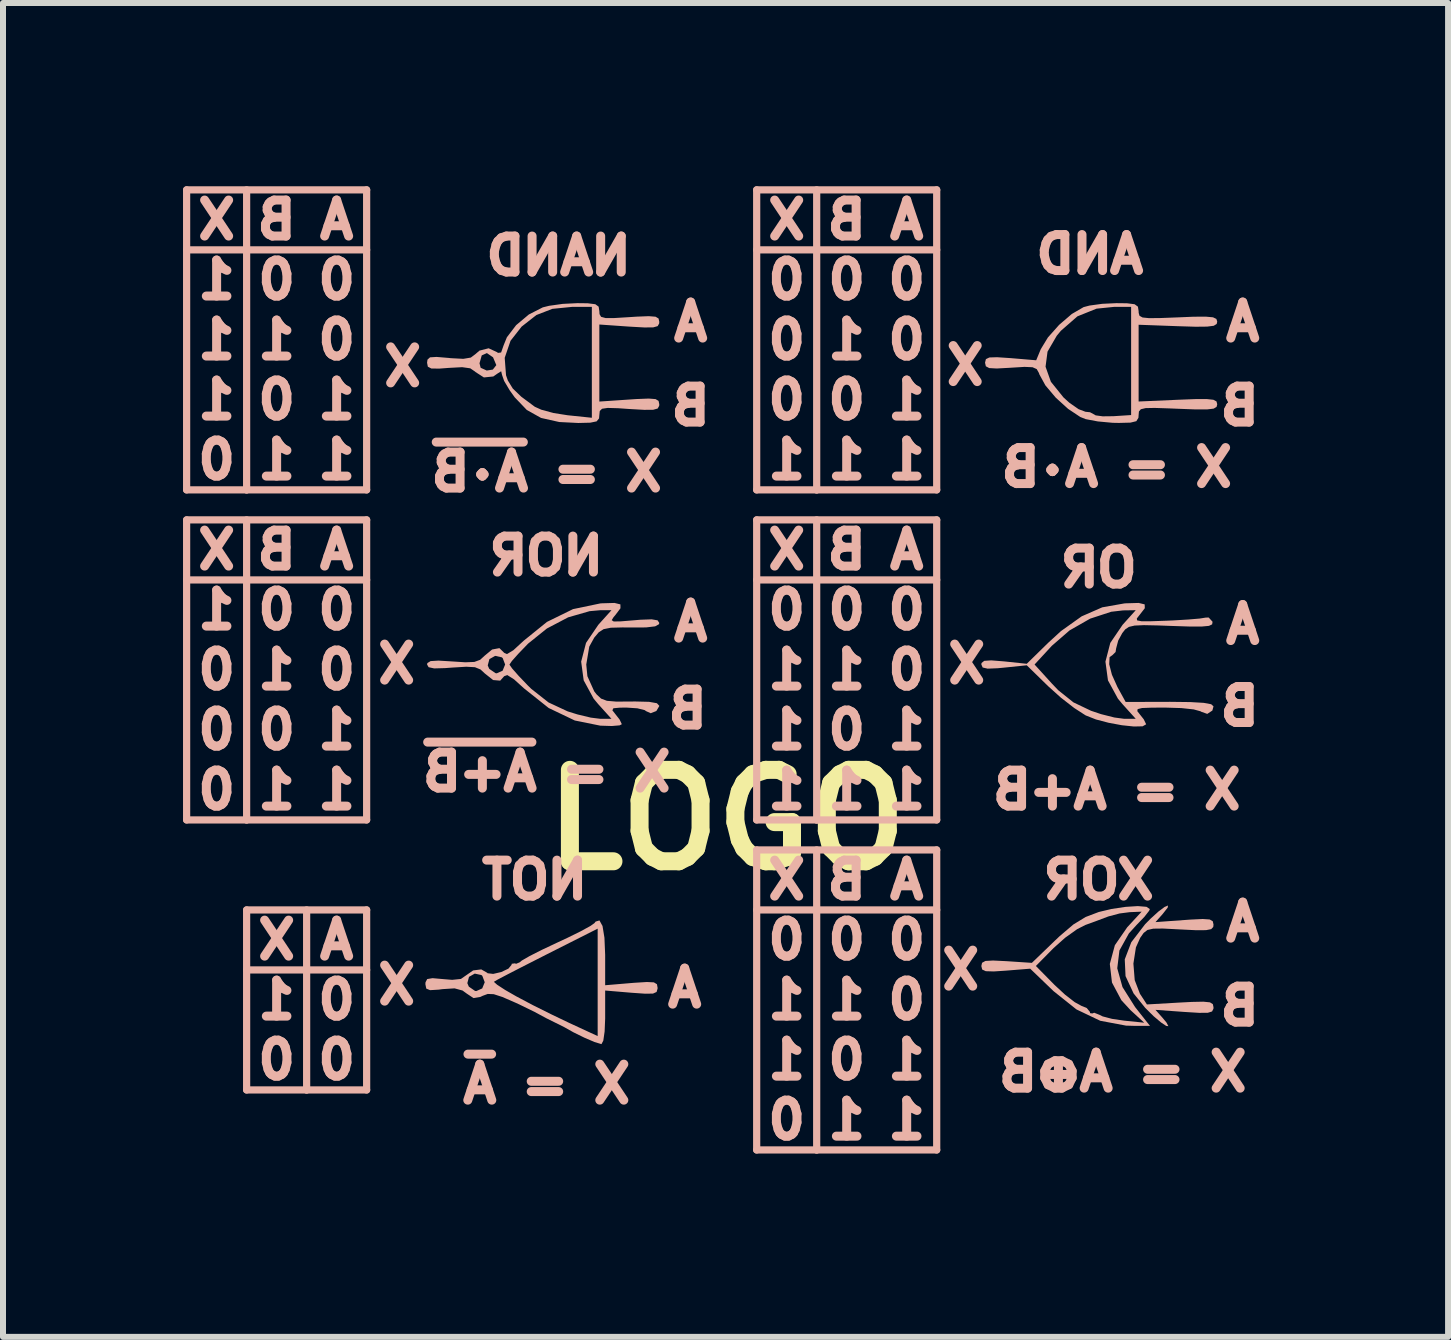
<source format=kicad_pcb>
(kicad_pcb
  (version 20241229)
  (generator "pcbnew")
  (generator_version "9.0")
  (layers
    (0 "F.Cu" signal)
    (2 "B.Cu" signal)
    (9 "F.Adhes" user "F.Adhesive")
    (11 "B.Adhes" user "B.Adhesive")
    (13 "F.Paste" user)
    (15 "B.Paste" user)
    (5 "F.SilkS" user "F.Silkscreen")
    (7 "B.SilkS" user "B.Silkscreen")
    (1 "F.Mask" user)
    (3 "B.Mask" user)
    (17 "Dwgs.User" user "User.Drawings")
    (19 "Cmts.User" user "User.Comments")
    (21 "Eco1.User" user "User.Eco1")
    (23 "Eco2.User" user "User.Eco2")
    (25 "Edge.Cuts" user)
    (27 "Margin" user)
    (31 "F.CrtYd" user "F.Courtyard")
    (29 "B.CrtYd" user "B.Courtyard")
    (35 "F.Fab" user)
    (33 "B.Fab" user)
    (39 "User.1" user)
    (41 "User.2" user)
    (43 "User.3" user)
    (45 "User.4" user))
  (footprint "LOGO"
    (layer "F.Cu")
    (at 9.06 10.614)
    (property "Reference" "LOGO" (at 0 0 0) (layer "F.SilkS") (effects (font (size 1.524 1.524) (thickness 0.3))))
    (attr board_only exclude_from_pos_files exclude_from_bom)
    (fp_line (start -9 -10.5) (end -6 -10.5) (stroke (width 0.12) (type solid)) (layer "B.SilkS"))
    (fp_line (start -9 -5.5) (end -9 -10.5) (stroke (width 0.12) (type solid)) (layer "B.SilkS"))
    (fp_line (start -9 -5) (end -6 -5) (stroke (width 0.12) (type solid)) (layer "B.SilkS"))
    (fp_line (start -9 0) (end -9 -5) (stroke (width 0.12) (type solid)) (layer "B.SilkS"))
    (fp_line (start -8 -5.5) (end -9 -5.5) (stroke (width 0.12) (type solid)) (layer "B.SilkS"))
    (fp_line (start -8 -5.5) (end -8 -10.5) (stroke (width 0.12) (type solid)) (layer "B.SilkS"))
    (fp_line (start -8 0) (end -9 0) (stroke (width 0.12) (type solid)) (layer "B.SilkS"))
    (fp_line (start -8 0) (end -8 -5) (stroke (width 0.12) (type solid)) (layer "B.SilkS"))
    (fp_line (start -8 4.5) (end -8 1.5) (stroke (width 0.12) (type solid)) (layer "B.SilkS"))
    (fp_line (start -7 4.5) (end -8 4.5) (stroke (width 0.12) (type solid)) (layer "B.SilkS"))
    (fp_line (start -7 4.5) (end -7 1.5) (stroke (width 0.12) (type solid)) (layer "B.SilkS"))
    (fp_line (start -6 -10.5) (end -6 -5.5) (stroke (width 0.12) (type solid)) (layer "B.SilkS"))
    (fp_line (start -6 -9.5) (end -9 -9.5) (stroke (width 0.12) (type solid)) (layer "B.SilkS"))
    (fp_line (start -6 -5.5) (end -8 -5.5) (stroke (width 0.12) (type solid)) (layer "B.SilkS"))
    (fp_line (start -6 -5) (end -6 0) (stroke (width 0.12) (type solid)) (layer "B.SilkS"))
    (fp_line (start -6 -4) (end -9 -4) (stroke (width 0.12) (type solid)) (layer "B.SilkS"))
    (fp_line (start -6 0) (end -8 0) (stroke (width 0.12) (type solid)) (layer "B.SilkS"))
    (fp_line (start -6 1.5) (end -8 1.5) (stroke (width 0.12) (type solid)) (layer "B.SilkS"))
    (fp_line (start -6 2.5) (end -8 2.5) (stroke (width 0.12) (type solid)) (layer "B.SilkS"))
    (fp_line (start -6 4.5) (end -7 4.5) (stroke (width 0.12) (type solid)) (layer "B.SilkS"))
    (fp_line (start -6 4.5) (end -6 1.5) (stroke (width 0.12) (type solid)) (layer "B.SilkS"))
    (fp_line (start 0.5 -10.5) (end 3.5 -10.5) (stroke (width 0.12) (type solid)) (layer "B.SilkS"))
    (fp_line (start 0.5 -5.5) (end 0.5 -10.5) (stroke (width 0.12) (type solid)) (layer "B.SilkS"))
    (fp_line (start 0.5 -5) (end 3.5 -5) (stroke (width 0.12) (type solid)) (layer "B.SilkS"))
    (fp_line (start 0.5 0) (end 0.5 -5) (stroke (width 0.12) (type solid)) (layer "B.SilkS"))
    (fp_line (start 0.5 0.5) (end 3.5 0.5) (stroke (width 0.12) (type solid)) (layer "B.SilkS"))
    (fp_line (start 0.5 5.5) (end 0.5 0.5) (stroke (width 0.12) (type solid)) (layer "B.SilkS"))
    (fp_line (start 1.5 -5.5) (end 0.5 -5.5) (stroke (width 0.12) (type solid)) (layer "B.SilkS"))
    (fp_line (start 1.5 -5.5) (end 1.5 -10.5) (stroke (width 0.12) (type solid)) (layer "B.SilkS"))
    (fp_line (start 1.5 0) (end 0.5 0) (stroke (width 0.12) (type solid)) (layer "B.SilkS"))
    (fp_line (start 1.5 0) (end 1.5 -5) (stroke (width 0.12) (type solid)) (layer "B.SilkS"))
    (fp_line (start 1.5 5.5) (end 0.5 5.5) (stroke (width 0.12) (type solid)) (layer "B.SilkS"))
    (fp_line (start 1.5 5.5) (end 1.5 0.5) (stroke (width 0.12) (type solid)) (layer "B.SilkS"))
    (fp_line (start 3.5 -10.5) (end 3.5 -5.5) (stroke (width 0.12) (type solid)) (layer "B.SilkS"))
    (fp_line (start 3.5 -9.5) (end 0.5 -9.5) (stroke (width 0.12) (type solid)) (layer "B.SilkS"))
    (fp_line (start 3.5 -5.5) (end 1.5 -5.5) (stroke (width 0.12) (type solid)) (layer "B.SilkS"))
    (fp_line (start 3.5 -5) (end 3.5 0) (stroke (width 0.12) (type solid)) (layer "B.SilkS"))
    (fp_line (start 3.5 -4) (end 0.5 -4) (stroke (width 0.12) (type solid)) (layer "B.SilkS"))
    (fp_line (start 3.5 0) (end 1.5 0) (stroke (width 0.12) (type solid)) (layer "B.SilkS"))
    (fp_line (start 3.5 0.5) (end 3.5 5.5) (stroke (width 0.12) (type solid)) (layer "B.SilkS"))
    (fp_line (start 3.5 1.5) (end 0.5 1.5) (stroke (width 0.12) (type solid)) (layer "B.SilkS"))
    (fp_line (start 3.5 5.5) (end 1.5 5.5) (stroke (width 0.12) (type solid)) (layer "B.SilkS"))
    (fp_poly (pts (xy 7.298 1.45) (xy 7.196 1.526) (xy 7.065 1.645) (xy 6.974 1.737) (xy 6.743 2.038) (xy 6.634 2.323) (xy 6.647 2.603) (xy 6.781 2.891) (xy 6.974 3.131) (xy 7.115 3.271) (xy 7.238 3.375) (xy 7.325 3.433) (xy 7.361 3.437) (xy 7.328 3.375) (xy 7.265 3.299) (xy 7.146 3.165) (xy 7.629 3.2) (xy 7.873 3.215) (xy 8.018 3.214) (xy 8.089 3.192) (xy 8.112 3.146) (xy 8.113 3.123) (xy 8.102 3.07) (xy 8.054 3.04) (xy 7.944 3.029) (xy 7.75 3.033) (xy 7.558 3.043) (xy 7.003 3.075) (xy 6.887 2.897) (xy 6.8 2.67) (xy 6.778 2.394) (xy 6.82 2.124) (xy 6.892 1.964) (xy 6.949 1.883) (xy 7.012 1.834) (xy 7.109 1.812) (xy 7.268 1.81) (xy 7.52 1.823) (xy 7.558 1.825) (xy 7.823 1.838) (xy 7.988 1.837) (xy 8.075 1.82) (xy 8.109 1.783) (xy 8.113 1.744) (xy 8.101 1.689) (xy 8.05 1.659) (xy 7.933 1.651) (xy 7.726 1.661) (xy 7.629 1.668) (xy 7.146 1.703) (xy 7.265 1.569) (xy 7.349 1.462) (xy 7.355 1.426)) (stroke (width 0) (type solid)) (fill yes) (layer "B.SilkS"))
    (fp_poly (pts (xy 6.646 1.449) (xy 6.413 1.484) (xy 6.202 1.534) (xy 5.983 1.617) (xy 5.778 1.742) (xy 5.55 1.936) (xy 5.474 2.008) (xy 5.086 2.382) (xy 4.665 2.354) (xy 4.44 2.343) (xy 4.312 2.35) (xy 4.256 2.381) (xy 4.244 2.435) (xy 4.258 2.493) (xy 4.318 2.521) (xy 4.452 2.525) (xy 4.651 2.512) (xy 5.058 2.479) (xy 5.448 2.854) (xy 5.829 3.158) (xy 6.225 3.347) (xy 6.656 3.428) (xy 6.798 3.432) (xy 7.055 3.432) (xy 7.012 3.379) (xy 6.958 3.379) (xy 6.624 3.345) (xy 6.421 3.315) (xy 6.265 3.274) (xy 6.213 3.248) (xy 6.124 3.213) (xy 6.095 3.225) (xy 6.056 3.22) (xy 6.054 3.2) (xy 6.001 3.135) (xy 5.913 3.099) (xy 5.8 3.037) (xy 5.638 2.911) (xy 5.463 2.749) (xy 5.153 2.434) (xy 5.449 2.134) (xy 5.641 1.963) (xy 5.84 1.821) (xy 5.977 1.751) (xy 6.174 1.679) (xy 6.349 1.613) (xy 6.366 1.607) (xy 6.547 1.559) (xy 6.718 1.537) (xy 6.915 1.529) (xy 6.675 1.789) (xy 6.469 2.088) (xy 6.385 2.4) (xy 6.421 2.71) (xy 6.578 3.005) (xy 6.731 3.171) (xy 6.958 3.379) (xy 7.012 3.379) (xy 6.806 3.118) (xy 6.596 2.785) (xy 6.509 2.473) (xy 6.545 2.176) (xy 6.703 1.891) (xy 6.835 1.746) (xy 6.962 1.614) (xy 7.04 1.514) (xy 7.052 1.486) (xy 6.996 1.448) (xy 6.851 1.436)) (stroke (width 0) (type solid)) (fill yes) (layer "B.SilkS"))
    (fp_poly (pts (xy 6.259 -8.601) (xy 6.047 -8.572) (xy 5.948 -8.546) (xy 5.752 -8.432) (xy 5.54 -8.25) (xy 5.353 -8.04) (xy 5.235 -7.846) (xy 5.158 -7.66) (xy 4.732 -7.696) (xy 4.506 -7.711) (xy 4.378 -7.707) (xy 4.32 -7.679) (xy 4.306 -7.622) (xy 4.306 -7.618) (xy 4.319 -7.56) (xy 4.375 -7.53) (xy 4.5 -7.523) (xy 4.722 -7.535) (xy 4.736 -7.536) (xy 4.964 -7.55) (xy 5.097 -7.544) (xy 5.167 -7.513) (xy 5.203 -7.449) (xy 5.211 -7.425) (xy 5.311 -7.242) (xy 5.484 -7.037) (xy 5.69 -6.85) (xy 5.893 -6.715) (xy 5.983 -6.679) (xy 6.185 -6.641) (xy 6.432 -6.618) (xy 6.537 -6.616) (xy 6.729 -6.621) (xy 6.827 -6.645) (xy 6.862 -6.702) (xy 6.865 -6.748) (xy 6.87 -6.807) (xy 6.902 -6.844) (xy 6.982 -6.863) (xy 7.132 -6.866) (xy 7.375 -6.858) (xy 7.52 -6.852) (xy 7.814 -6.841) (xy 8.005 -6.841) (xy 8.115 -6.854) (xy 8.164 -6.883) (xy 8.175 -6.927) (xy 8.163 -6.974) (xy 8.111 -7.002) (xy 7.998 -7.014) (xy 7.803 -7.013) (xy 7.52 -7.002) (xy 6.865 -6.973) (xy 6.865 -8.252) (xy 7.52 -8.228) (xy 7.815 -8.219) (xy 8.007 -8.221) (xy 8.117 -8.235) (xy 8.166 -8.265) (xy 8.175 -8.304) (xy 8.161 -8.349) (xy 8.105 -8.376) (xy 7.986 -8.387) (xy 7.781 -8.386) (xy 7.52 -8.375) (xy 7.229 -8.364) (xy 7.04 -8.362) (xy 6.931 -8.373) (xy 6.88 -8.401) (xy 6.866 -8.45) (xy 6.865 -8.479) (xy 6.854 -8.55) (xy 6.74 -8.55) (xy 6.74 -6.747) (xy 6.444 -6.728) (xy 6.266 -6.726) (xy 6.149 -6.742) (xy 6.126 -6.756) (xy 6.055 -6.794) (xy 5.979 -6.802) (xy 5.865 -6.845) (xy 5.71 -6.953) (xy 5.613 -7.041) (xy 5.403 -7.302) (xy 5.314 -7.553) (xy 5.347 -7.804) (xy 5.501 -8.069) (xy 5.57 -8.152) (xy 5.845 -8.392) (xy 6.163 -8.52) (xy 6.457 -8.55) (xy 6.74 -8.55) (xy 6.854 -8.55) (xy 6.853 -8.554) (xy 6.798 -8.594) (xy 6.671 -8.61) (xy 6.494 -8.612)) (stroke (width 0) (type solid)) (fill yes) (layer "B.SilkS"))
    (fp_poly (pts (xy -2.184 1.694) (xy -2.204 1.72) (xy -2.274 1.769) (xy -2.433 1.856) (xy -2.654 1.965) (xy -2.836 2.05) (xy -3.084 2.167) (xy -3.285 2.269) (xy -3.415 2.344) (xy -3.45 2.373) (xy -3.51 2.398) (xy -3.528 2.39) (xy -3.582 2.397) (xy -3.585 2.415) (xy -3.637 2.478) (xy -3.757 2.535) (xy -3.891 2.566) (xy -3.984 2.555) (xy -3.993 2.546) (xy -4.09 2.491) (xy -4.225 2.508) (xy -4.34 2.588) (xy -4.429 2.65) (xy -4.575 2.665) (xy -4.722 2.653) (xy -4.902 2.637) (xy -4.991 2.652) (xy -5.019 2.706) (xy -5.021 2.738) (xy -5.006 2.811) (xy -4.943 2.837) (xy -4.797 2.828) (xy -4.739 2.82) (xy -4.535 2.807) (xy -4.402 2.843) (xy -4.332 2.894) (xy -4.219 2.969) (xy -4.106 2.95) (xy -4.066 2.931) (xy -3.982 2.9) (xy -3.882 2.904) (xy -3.737 2.951) (xy -3.519 3.046) (xy -3.427 3.089) (xy -3.198 3.201) (xy -3.013 3.301) (xy -2.707 3.453) (xy -2.554 3.539) (xy -2.371 3.629) (xy -2.203 3.701) (xy -2.093 3.735) (xy -2.086 3.735) (xy -2.056 3.678) (xy -2.045 3.602) (xy -2.15 3.602) (xy -2.626 3.382) (xy -2.918 3.242) (xy -3.231 3.086) (xy -3.497 2.945) (xy -3.503 2.942) (xy -3.693 2.833) (xy -3.826 2.746) (xy -3.872 2.705) (xy -4.032 2.705) (xy -4.074 2.808) (xy -4.172 2.852) (xy -4.193 2.85) (xy -4.297 2.778) (xy -4.322 2.72) (xy -4.294 2.615) (xy -4.198 2.561) (xy -4.088 2.585) (xy -4.072 2.599) (xy -4.032 2.705) (xy -3.872 2.705) (xy -3.879 2.699) (xy -3.878 2.697) (xy -3.817 2.661) (xy -3.663 2.58) (xy -3.438 2.464) (xy -3.161 2.323) (xy -3.002 2.242) (xy -2.15 1.812) (xy -2.15 3.602) (xy -2.045 3.602) (xy -2.034 3.526) (xy -2.025 3.31) (xy -2.025 3.289) (xy -2.025 2.843) (xy -1.588 2.88) (xy -1.359 2.896) (xy -1.228 2.894) (xy -1.168 2.867) (xy -1.152 2.812) (xy -1.151 2.799) (xy -1.162 2.738) (xy -1.213 2.707) (xy -1.329 2.701) (xy -1.538 2.714) (xy -1.588 2.718) (xy -2.025 2.755) (xy -2.025 2.25) (xy -2.037 1.963) (xy -2.069 1.768) (xy -2.12 1.675)) (stroke (width 0) (type solid)) (fill yes) (layer "B.SilkS"))
    (fp_poly (pts (xy 6.656 -3.61) (xy 6.627 -3.608) (xy 6.259 -3.543) (xy 5.916 -3.393) (xy 5.571 -3.147) (xy 5.356 -2.95) (xy 5.001 -2.602) (xy 4.623 -2.642) (xy 4.409 -2.659) (xy 4.292 -2.651) (xy 4.247 -2.615) (xy 4.244 -2.59) (xy 4.266 -2.54) (xy 4.349 -2.521) (xy 4.518 -2.528) (xy 4.623 -2.538) (xy 5.001 -2.577) (xy 5.356 -2.23) (xy 5.568 -2.039) (xy 5.792 -1.865) (xy 5.979 -1.744) (xy 5.987 -1.74) (xy 6.155 -1.674) (xy 6.365 -1.619) (xy 6.586 -1.578) (xy 6.785 -1.557) (xy 6.931 -1.56) (xy 6.99 -1.593) (xy 6.99 -1.595) (xy 6.952 -1.674) (xy 6.944 -1.685) (xy 6.817 -1.685) (xy 6.625 -1.685) (xy 6.461 -1.707) (xy 6.239 -1.763) (xy 6.072 -1.819) (xy 5.779 -1.959) (xy 5.525 -2.162) (xy 5.421 -2.271) (xy 5.131 -2.59) (xy 5.419 -2.902) (xy 5.714 -3.158) (xy 6.057 -3.354) (xy 6.408 -3.469) (xy 6.607 -3.492) (xy 6.817 -3.495) (xy 6.598 -3.252) (xy 6.393 -2.95) (xy 6.312 -2.638) (xy 6.354 -2.326) (xy 6.52 -2.021) (xy 6.595 -1.931) (xy 6.817 -1.685) (xy 6.944 -1.685) (xy 6.886 -1.758) (xy 6.843 -1.813) (xy 6.849 -1.847) (xy 6.923 -1.865) (xy 7.086 -1.871) (xy 7.311 -1.872) (xy 7.576 -1.864) (xy 7.782 -1.842) (xy 7.898 -1.81) (xy 7.908 -1.803) (xy 8.009 -1.767) (xy 8.094 -1.823) (xy 8.113 -1.893) (xy 8.074 -1.928) (xy 7.95 -1.951) (xy 7.727 -1.964) (xy 7.393 -1.968) (xy 7.381 -1.968) (xy 6.649 -1.966) (xy 6.512 -2.215) (xy 6.42 -2.42) (xy 6.375 -2.595) (xy 6.381 -2.713) (xy 6.428 -2.746) (xy 6.481 -2.798) (xy 6.49 -2.857) (xy 6.525 -2.989) (xy 6.593 -3.114) (xy 6.643 -3.177) (xy 6.703 -3.217) (xy 6.798 -3.239) (xy 6.953 -3.246) (xy 7.191 -3.241) (xy 7.406 -3.233) (xy 7.715 -3.223) (xy 7.919 -3.223) (xy 8.037 -3.234) (xy 8.09 -3.259) (xy 8.097 -3.3) (xy 8.096 -3.304) (xy 8.033 -3.373) (xy 7.984 -3.372) (xy 7.884 -3.356) (xy 7.694 -3.34) (xy 7.447 -3.325) (xy 7.335 -3.32) (xy 7.071 -3.311) (xy 6.912 -3.311) (xy 6.84 -3.325) (xy 6.835 -3.357) (xy 6.877 -3.411) (xy 6.882 -3.417) (xy 6.968 -3.528) (xy 6.966 -3.592) (xy 6.866 -3.616)) (stroke (width 0) (type solid)) (fill yes) (layer "B.SilkS"))
    (fp_poly (pts (xy -2.731 -8.6) (xy -2.959 -8.568) (xy -3.064 -8.542) (xy -3.297 -8.423) (xy -3.509 -8.245) (xy -3.663 -8.043) (xy -3.717 -7.91) (xy -3.759 -7.79) (xy -3.812 -7.783) (xy -3.826 -7.795) (xy -3.967 -7.86) (xy -4.12 -7.821) (xy -4.188 -7.762) (xy -4.264 -7.705) (xy -4.389 -7.684) (xy -4.597 -7.695) (xy -4.632 -7.699) (xy -4.835 -7.716) (xy -4.944 -7.709) (xy -4.986 -7.671) (xy -4.993 -7.619) (xy -4.98 -7.553) (xy -4.922 -7.523) (xy -4.791 -7.521) (xy -4.632 -7.533) (xy -4.408 -7.545) (xy -4.273 -7.526) (xy -4.191 -7.47) (xy -4.187 -7.465) (xy -4.046 -7.374) (xy -3.889 -7.39) (xy -3.819 -7.439) (xy -3.758 -7.477) (xy -3.744 -7.417) (xy -3.709 -7.316) (xy -3.616 -7.159) (xy -3.532 -7.042) (xy -3.331 -6.832) (xy -3.093 -6.699) (xy -2.79 -6.631) (xy -2.473 -6.615) (xy -2.273 -6.62) (xy -2.167 -6.642) (xy -2.127 -6.691) (xy -2.122 -6.749) (xy -2.115 -6.815) (xy -2.077 -6.852) (xy -1.984 -6.866) (xy -1.809 -6.861) (xy -1.623 -6.848) (xy -1.374 -6.834) (xy -1.225 -6.835) (xy -1.15 -6.856) (xy -1.125 -6.9) (xy -1.123 -6.927) (xy -1.135 -6.983) (xy -1.185 -7.013) (xy -1.299 -7.022) (xy -1.502 -7.014) (xy -1.623 -7.006) (xy -2.122 -6.972) (xy -2.122 -8.256) (xy -1.623 -8.221) (xy -1.374 -8.207) (xy -1.225 -8.208) (xy -1.15 -8.229) (xy -1.125 -8.273) (xy -1.123 -8.3) (xy -1.135 -8.356) (xy -1.185 -8.386) (xy -1.299 -8.395) (xy -1.502 -8.387) (xy -1.623 -8.379) (xy -1.87 -8.364) (xy -2.019 -8.364) (xy -2.093 -8.384) (xy -2.119 -8.429) (xy -2.122 -8.479) (xy -2.133 -8.55) (xy -2.247 -8.55) (xy -2.247 -6.702) (xy -2.651 -6.744) (xy -2.886 -6.781) (xy -3.088 -6.836) (xy -3.197 -6.885) (xy -3.423 -7.053) (xy -3.565 -7.19) (xy -3.647 -7.324) (xy -3.677 -7.41) (xy -3.69 -7.579) (xy -3.839 -7.579) (xy -3.897 -7.505) (xy -3.998 -7.489) (xy -4.1 -7.535) (xy -4.119 -7.61) (xy -4.082 -7.741) (xy -3.996 -7.78) (xy -3.896 -7.711) (xy -3.893 -7.708) (xy -3.839 -7.579) (xy -3.69 -7.579) (xy -3.699 -7.701) (xy -3.602 -7.985) (xy -3.417 -8.221) (xy -3.171 -8.414) (xy -2.905 -8.517) (xy -2.574 -8.55) (xy -2.555 -8.55) (xy -2.247 -8.55) (xy -2.133 -8.55) (xy -2.134 -8.554) (xy -2.189 -8.594) (xy -2.316 -8.61) (xy -2.487 -8.612)) (stroke (width 0) (type solid)) (fill yes) (layer "B.SilkS"))
    (fp_poly (pts (xy -2.078 -3.61) (xy -2.106 -3.608) (xy -2.561 -3.513) (xy -2.995 -3.3) (xy -3.382 -2.987) (xy -3.555 -2.828) (xy -3.661 -2.764) (xy -3.707 -2.784) (xy -3.787 -2.863) (xy -3.909 -2.84) (xy -4.031 -2.739) (xy -4.109 -2.668) (xy -4.205 -2.633) (xy -4.356 -2.627) (xy -4.571 -2.641) (xy -4.803 -2.655) (xy -4.934 -2.647) (xy -4.988 -2.614) (xy -4.993 -2.59) (xy -4.967 -2.545) (xy -4.875 -2.525) (xy -4.693 -2.53) (xy -4.571 -2.539) (xy -4.34 -2.553) (xy -4.195 -2.545) (xy -4.102 -2.507) (xy -4.031 -2.441) (xy -3.892 -2.331) (xy -3.774 -2.321) (xy -3.708 -2.395) (xy -3.656 -2.414) (xy -3.544 -2.343) (xy -3.377 -2.192) (xy -2.966 -1.865) (xy -2.531 -1.657) (xy -2.106 -1.571) (xy -1.914 -1.565) (xy -1.784 -1.576) (xy -1.747 -1.595) (xy -1.785 -1.674) (xy -1.851 -1.758) (xy -1.905 -1.827) (xy -1.888 -1.861) (xy -1.779 -1.871) (xy -1.667 -1.872) (xy -1.488 -1.86) (xy -1.367 -1.83) (xy -1.343 -1.813) (xy -1.266 -1.778) (xy -1.172 -1.815) (xy -1.123 -1.898) (xy -1.123 -1.902) (xy -1.163 -1.945) (xy -1.293 -1.968) (xy -1.529 -1.974) (xy -1.599 -1.973) (xy -1.843 -1.972) (xy -1.996 -1.985) (xy -2.093 -2.022) (xy -2.167 -2.091) (xy -2.207 -2.142) (xy -2.321 -2.395) (xy -2.34 -2.59) (xy -2.29 -2.888) (xy -2.207 -3.038) (xy -2.132 -3.127) (xy -2.051 -3.179) (xy -1.931 -3.203) (xy -1.737 -3.208) (xy -1.599 -3.207) (xy -1.343 -3.208) (xy -1.192 -3.226) (xy -1.129 -3.261) (xy -1.123 -3.282) (xy -1.151 -3.326) (xy -1.25 -3.343) (xy -1.441 -3.336) (xy -1.545 -3.327) (xy -1.766 -3.309) (xy -1.883 -3.307) (xy -1.916 -3.329) (xy -1.886 -3.378) (xy -1.857 -3.412) (xy -1.794 -3.495) (xy -1.92 -3.495) (xy -2.139 -3.252) (xy -2.344 -2.95) (xy -2.425 -2.638) (xy -2.383 -2.326) (xy -2.217 -2.021) (xy -2.142 -1.931) (xy -1.92 -1.685) (xy -2.105 -1.685) (xy -2.265 -1.705) (xy -2.486 -1.758) (xy -2.65 -1.809) (xy -2.969 -1.958) (xy -3.257 -2.185) (xy -3.315 -2.242) (xy -3.467 -2.401) (xy -3.576 -2.525) (xy -3.62 -2.588) (xy -3.62 -2.589) (xy -3.619 -2.59) (xy -3.692 -2.59) (xy -3.734 -2.487) (xy -3.832 -2.443) (xy -3.853 -2.446) (xy -3.957 -2.518) (xy -3.982 -2.575) (xy -3.954 -2.68) (xy -3.858 -2.734) (xy -3.748 -2.71) (xy -3.732 -2.696) (xy -3.692 -2.59) (xy -3.619 -2.59) (xy -3.579 -2.649) (xy -3.471 -2.77) (xy -3.319 -2.928) (xy -3.307 -2.94) (xy -2.996 -3.19) (xy -2.642 -3.376) (xy -2.284 -3.479) (xy -2.105 -3.495) (xy -1.92 -3.495) (xy -1.794 -3.495) (xy -1.77 -3.527) (xy -1.771 -3.592) (xy -1.869 -3.616)) (stroke (width 0) (type solid)) (fill yes) (layer "B.SilkS"))
    (fp_text user "0" (at -7.5 4 0) (unlocked yes) (layer "B.SilkS") (effects (font (size 0.6 0.6) (thickness 0.15)) (justify mirror)))
    (fp_text user "1" (at 1 3 0) (unlocked yes) (layer "B.SilkS") (effects (font (size 0.6 0.6) (thickness 0.15)) (justify mirror)))
    (fp_text user "AND" (at 6.05 -9.425 0) (unlocked yes) (layer "B.SilkS") (effects (font (size 0.6 0.6) (thickness 0.15)) (justify mirror)))
    (fp_text user "1" (at -7.5 -8 0) (unlocked yes) (layer "B.SilkS") (effects (font (size 0.6 0.6) (thickness 0.15)) (justify mirror)))
    (fp_text user "0" (at -7.5 -7 0) (unlocked yes) (layer "B.SilkS") (effects (font (size 0.6 0.6) (thickness 0.15)) (justify mirror)))
    (fp_text user "0" (at -6.5 3 0) (unlocked yes) (layer "B.SilkS") (effects (font (size 0.6 0.6) (thickness 0.15)) (justify mirror)))
    (fp_text user "0" (at -8.5 -2.5 0) (unlocked yes) (layer "B.SilkS") (effects (font (size 0.6 0.6) (thickness 0.15)) (justify mirror)))
    (fp_text user "0" (at 1 5 0) (unlocked yes) (layer "B.SilkS") (effects (font (size 0.6 0.6) (thickness 0.15)) (justify mirror)))
    (fp_text user "0" (at -7.5 -1.5 0) (unlocked yes) (layer "B.SilkS") (effects (font (size 0.6 0.6) (thickness 0.15)) (justify mirror)))
    (fp_text user "0" (at -6.5 -8 0) (unlocked yes) (layer "B.SilkS") (effects (font (size 0.6 0.6) (thickness 0.15)) (justify mirror)))
    (fp_text user "0" (at -7.5 -9 0) (unlocked yes) (layer "B.SilkS") (effects (font (size 0.6 0.6) (thickness 0.15)) (justify mirror)))
    (fp_text user "0" (at 2 -7 0) (unlocked yes) (layer "B.SilkS") (effects (font (size 0.6 0.6) (thickness 0.15)) (justify mirror)))
    (fp_text user "A" (at -0.7 2.8 0) (unlocked yes) (layer "B.SilkS") (effects (font (size 0.6 0.6) (thickness 0.15)) (justify mirror)))
    (fp_text user "B" (at -7.5 -4.5 0) (unlocked yes) (layer "B.SilkS") (effects (font (size 0.6 0.6) (thickness 0.15)) (justify mirror)))
    (fp_text user "X" (at -7.5 2 0) (unlocked yes) (layer "B.SilkS") (effects (font (size 0.6 0.6) (thickness 0.15)) (justify mirror)))
    (fp_text user "0" (at 2 2 0) (unlocked yes) (layer "B.SilkS") (effects (font (size 0.6 0.6) (thickness 0.15)) (justify mirror)))
    (fp_text user "0" (at -6.5 -2.5 0) (unlocked yes) (layer "B.SilkS") (effects (font (size 0.6 0.6) (thickness 0.15)) (justify mirror)))
    (fp_text user "0" (at 2 4 0) (unlocked yes) (layer "B.SilkS") (effects (font (size 0.6 0.6) (thickness 0.15)) (justify mirror)))
    (fp_text user "1" (at 1 -2.5 0) (unlocked yes) (layer "B.SilkS") (effects (font (size 0.6 0.6) (thickness 0.15)) (justify mirror)))
    (fp_text user "X" (at 1 -4.5 0) (unlocked yes) (layer "B.SilkS") (effects (font (size 0.6 0.6) (thickness 0.15)) (justify mirror)))
    (fp_text user "0" (at 2 -3.5 0) (unlocked yes) (layer "B.SilkS") (effects (font (size 0.6 0.6) (thickness 0.15)) (justify mirror)))
    (fp_text user "0" (at 3 -9 0) (unlocked yes) (layer "B.SilkS") (effects (font (size 0.6 0.6) (thickness 0.15)) (justify mirror)))
    (fp_text user "1" (at 2 -8 0) (unlocked yes) (layer "B.SilkS") (effects (font (size 0.6 0.6) (thickness 0.15)) (justify mirror)))
    (fp_text user "XOR" (at 6.2 1 0) (unlocked yes) (layer "B.SilkS") (effects (font (size 0.6 0.6) (thickness 0.15)) (justify mirror)))
    (fp_text user "0" (at -6.5 -9 0) (unlocked yes) (layer "B.SilkS") (effects (font (size 0.6 0.6) (thickness 0.15)) (justify mirror)))
    (fp_text user "X" (at 1 -10 0) (unlocked yes) (layer "B.SilkS") (effects (font (size 0.6 0.6) (thickness 0.15)) (justify mirror)))
    (fp_text user "1" (at -6.5 -1.5 0) (unlocked yes) (layer "B.SilkS") (effects (font (size 0.6 0.6) (thickness 0.15)) (justify mirror)))
    (fp_text user "0" (at -8.5 -6 0) (unlocked yes) (layer "B.SilkS") (effects (font (size 0.6 0.6) (thickness 0.15)) (justify mirror)))
    (fp_text user "1" (at -8.5 -7 0) (unlocked yes) (layer "B.SilkS") (effects (font (size 0.6 0.6) (thickness 0.15)) (justify mirror)))
    (fp_text user "1" (at 1 -0.5 0) (unlocked yes) (layer "B.SilkS") (effects (font (size 0.6 0.6) (thickness 0.15)) (justify mirror)))
    (fp_text user "0" (at 3 2 0) (unlocked yes) (layer "B.SilkS") (effects (font (size 0.6 0.6) (thickness 0.15)) (justify mirror)))
    (fp_text user "0" (at 1 -8 0) (unlocked yes) (layer "B.SilkS") (effects (font (size 0.6 0.6) (thickness 0.15)) (justify mirror)))
    (fp_text user "B" (at -0.65 -1.85 0) (unlocked yes) (layer "B.SilkS") (effects (font (size 0.6 0.6) (thickness 0.15)) (justify mirror)))
    (fp_text user "A" (at -6.5 -4.5 0) (unlocked yes) (layer "B.SilkS") (effects (font (size 0.6 0.6) (thickness 0.15)) (justify mirror)))
    (fp_text user "B" (at 8.55 3.1 0) (unlocked yes) (layer "B.SilkS") (effects (font (size 0.6 0.6) (thickness 0.15)) (justify mirror)))
    (fp_text user "1" (at -6.5 -6 0) (unlocked yes) (layer "B.SilkS") (effects (font (size 0.6 0.6) (thickness 0.15)) (justify mirror)))
    (fp_text user "0" (at 2 -9 0) (unlocked yes) (layer "B.SilkS") (effects (font (size 0.6 0.6) (thickness 0.15)) (justify mirror)))
    (fp_text user "B" (at -0.6 -6.9 0) (unlocked yes) (layer "B.SilkS") (effects (font (size 0.6 0.6) (thickness 0.15)) (justify mirror)))
    (fp_text user "X = A⊕B" (at 6.6 4.2 0) (unlocked yes) (layer "B.SilkS") (effects (font (size 0.6 0.6) (thickness 0.15)) (justify mirror)))
    (fp_text user "1" (at 3 5 0) (unlocked yes) (layer "B.SilkS") (effects (font (size 0.6 0.6) (thickness 0.15)) (justify mirror)))
    (fp_text user "1" (at -7.5 -6 0) (unlocked yes) (layer "B.SilkS") (effects (font (size 0.6 0.6) (thickness 0.15)) (justify mirror)))
    (fp_text user "A" (at -6.5 2 0) (unlocked yes) (layer "B.SilkS") (effects (font (size 0.6 0.6) (thickness 0.15)) (justify mirror)))
    (fp_text user "B" (at 2 -4.5 0) (unlocked yes) (layer "B.SilkS") (effects (font (size 0.6 0.6) (thickness 0.15)) (justify mirror)))
    (fp_text user "0" (at 1 2 0) (unlocked yes) (layer "B.SilkS") (effects (font (size 0.6 0.6) (thickness 0.15)) (justify mirror)))
    (fp_text user "0" (at 1 -3.5 0) (unlocked yes) (layer "B.SilkS") (effects (font (size 0.6 0.6) (thickness 0.15)) (justify mirror)))
    (fp_text user "0" (at -8.5 -0.5 0) (unlocked yes) (layer "B.SilkS") (effects (font (size 0.6 0.6) (thickness 0.15)) (justify mirror)))
    (fp_text user "0" (at 3 -2.5 0) (unlocked yes) (layer "B.SilkS") (effects (font (size 0.6 0.6) (thickness 0.15)) (justify mirror)))
    (fp_text user "1" (at 3 4 0) (unlocked yes) (layer "B.SilkS") (effects (font (size 0.6 0.6) (thickness 0.15)) (justify mirror)))
    (fp_text user "A" (at -0.6 -8.3 0) (unlocked yes) (layer "B.SilkS") (effects (font (size 0.6 0.6) (thickness 0.15)) (justify mirror)))
    (fp_text user "NOR" (at -3.006 -4.4 0) (unlocked yes) (layer "B.SilkS") (effects (font (size 0.6 0.6) (thickness 0.15)) (justify mirror)))
    (fp_text user "A" (at -6.5 -10 0) (unlocked yes) (layer "B.SilkS") (effects (font (size 0.6 0.6) (thickness 0.15)) (justify mirror)))
    (fp_text user "X" (at 3.975 -7.575 0) (unlocked yes) (layer "B.SilkS") (effects (font (size 0.6 0.6) (thickness 0.15)) (justify mirror)))
    (fp_text user "A" (at 8.6 -3.259 0) (unlocked yes) (layer "B.SilkS") (effects (font (size 0.6 0.6) (thickness 0.15)) (justify mirror)))
    (fp_text user "X = ~{A·B}" (at -3 -5.8 0) (unlocked yes) (layer "B.SilkS") (effects (font (size 0.6 0.6) (thickness 0.15)) (justify mirror)))
    (fp_text user "0" (at -8.5 -1.5 0) (unlocked yes) (layer "B.SilkS") (effects (font (size 0.6 0.6) (thickness 0.15)) (justify mirror)))
    (fp_text user "0" (at -6.5 4 0) (unlocked yes) (layer "B.SilkS") (effects (font (size 0.6 0.6) (thickness 0.15)) (justify mirror)))
    (fp_text user "1" (at -6.5 -7 0) (unlocked yes) (layer "B.SilkS") (effects (font (size 0.6 0.6) (thickness 0.15)) (justify mirror)))
    (fp_text user "X = A+B" (at 6.5 -0.5 0) (unlocked yes) (layer "B.SilkS") (effects (font (size 0.6 0.6) (thickness 0.15)) (justify mirror)))
    (fp_text user "A" (at 3 -10 0) (unlocked yes) (layer "B.SilkS") (effects (font (size 0.6 0.6) (thickness 0.15)) (justify mirror)))
    (fp_text user "1" (at 2 3 0) (unlocked yes) (layer "B.SilkS") (effects (font (size 0.6 0.6) (thickness 0.15)) (justify mirror)))
    (fp_text user "X" (at -8.5 -4.5 0) (unlocked yes) (layer "B.SilkS") (effects (font (size 0.6 0.6) (thickness 0.15)) (justify mirror)))
    (fp_text user "0" (at 1 -7 0) (unlocked yes) (layer "B.SilkS") (effects (font (size 0.6 0.6) (thickness 0.15)) (justify mirror)))
    (fp_text user "1" (at 3 -7 0) (unlocked yes) (layer "B.SilkS") (effects (font (size 0.6 0.6) (thickness 0.15)) (justify mirror)))
    (fp_text user "A" (at -0.6 -3.3 0) (unlocked yes) (layer "B.SilkS") (effects (font (size 0.6 0.6) (thickness 0.15)) (justify mirror)))
    (fp_text user "1" (at -7.5 3 0) (unlocked yes) (layer "B.SilkS") (effects (font (size 0.6 0.6) (thickness 0.15)) (justify mirror)))
    (fp_text user "1" (at -8.5 -8 0) (unlocked yes) (layer "B.SilkS") (effects (font (size 0.6 0.6) (thickness 0.15)) (justify mirror)))
    (fp_text user "1" (at 1 -6 0) (unlocked yes) (layer "B.SilkS") (effects (font (size 0.6 0.6) (thickness 0.15)) (justify mirror)))
    (fp_text user "OR" (at 6.2 -4.2 0) (unlocked yes) (layer "B.SilkS") (effects (font (size 0.6 0.6) (thickness 0.15)) (justify mirror)))
    (fp_text user "1" (at 2 -2.5 0) (unlocked yes) (layer "B.SilkS") (effects (font (size 0.6 0.6) (thickness 0.15)) (justify mirror)))
    (fp_text user "X" (at -8.5 -10 0) (unlocked yes) (layer "B.SilkS") (effects (font (size 0.6 0.6) (thickness 0.15)) (justify mirror)))
    (fp_text user "NOT" (at -3.2 1 0) (unlocked yes) (layer "B.SilkS") (effects (font (size 0.6 0.6) (thickness 0.15)) (justify mirror)))
    (fp_text user "1" (at 3 -0.5 0) (unlocked yes) (layer "B.SilkS") (effects (font (size 0.6 0.6) (thickness 0.15)) (justify mirror)))
    (fp_text user "0" (at 3 -3.5 0) (unlocked yes) (layer "B.SilkS") (effects (font (size 0.6 0.6) (thickness 0.15)) (justify mirror)))
    (fp_text user "1" (at -8.5 -9 0) (unlocked yes) (layer "B.SilkS") (effects (font (size 0.6 0.6) (thickness 0.15)) (justify mirror)))
    (fp_text user "1" (at 1 4 0) (unlocked yes) (layer "B.SilkS") (effects (font (size 0.6 0.6) (thickness 0.15)) (justify mirror)))
    (fp_text user "1" (at -6.5 -0.5 0) (unlocked yes) (layer "B.SilkS") (effects (font (size 0.6 0.6) (thickness 0.15)) (justify mirror)))
    (fp_text user "X = ~{A}" (at -3 4.4 0) (unlocked yes) (layer "B.SilkS") (effects (font (size 0.6 0.6) (thickness 0.15)) (justify mirror)))
    (fp_text user "1" (at -8.5 -3.5 0) (unlocked yes) (layer "B.SilkS") (effects (font (size 0.6 0.6) (thickness 0.15)) (justify mirror)))
    (fp_text user "1" (at 3 -1.5 0) (unlocked yes) (layer "B.SilkS") (effects (font (size 0.6 0.6) (thickness 0.15)) (justify mirror)))
    (fp_text user "1" (at 2 5 0) (unlocked yes) (layer "B.SilkS") (effects (font (size 0.6 0.6) (thickness 0.15)) (justify mirror)))
    (fp_text user "B" (at 2 1 0) (unlocked yes) (layer "B.SilkS") (effects (font (size 0.6 0.6) (thickness 0.15)) (justify mirror)))
    (fp_text user "X" (at 1 1 0) (unlocked yes) (layer "B.SilkS") (effects (font (size 0.6 0.6) (thickness 0.15)) (justify mirror)))
    (fp_text user "NAND" (at -2.8 -9.4 0) (unlocked yes) (layer "B.SilkS") (effects (font (size 0.6 0.6) (thickness 0.15)) (justify mirror)))
    (fp_text user "A" (at 3 1 0) (unlocked yes) (layer "B.SilkS") (effects (font (size 0.6 0.6) (thickness 0.15)) (justify mirror)))
    (fp_text user "0" (at 2 -1.5 0) (unlocked yes) (layer "B.SilkS") (effects (font (size 0.6 0.6) (thickness 0.15)) (justify mirror)))
    (fp_text user "0" (at 3 -8 0) (unlocked yes) (layer "B.SilkS") (effects (font (size 0.6 0.6) (thickness 0.15)) (justify mirror)))
    (fp_text user "1" (at 3 -6 0) (unlocked yes) (layer "B.SilkS") (effects (font (size 0.6 0.6) (thickness 0.15)) (justify mirror)))
    (fp_text user "B" (at 2 -10 0) (unlocked yes) (layer "B.SilkS") (effects (font (size 0.6 0.6) (thickness 0.15)) (justify mirror)))
    (fp_text user "1" (at 2 -0.5 0) (unlocked yes) (layer "B.SilkS") (effects (font (size 0.6 0.6) (thickness 0.15)) (justify mirror)))
    (fp_text user "X" (at 4 -2.6 0) (unlocked yes) (layer "B.SilkS") (effects (font (size 0.6 0.6) (thickness 0.15)) (justify mirror)))
    (fp_text user "B" (at 8.55 -1.893 0) (unlocked yes) (layer "B.SilkS") (effects (font (size 0.6 0.6) (thickness 0.15)) (justify mirror)))
    (fp_text user "1" (at -7.5 -2.5 0) (unlocked yes) (layer "B.SilkS") (effects (font (size 0.6 0.6) (thickness 0.15)) (justify mirror)))
    (fp_text user "1" (at 1 -1.5 0) (unlocked yes) (layer "B.SilkS") (effects (font (size 0.6 0.6) (thickness 0.15)) (justify mirror)))
    (fp_text user "X = ~{A+B}" (at -3 -0.8 0) (unlocked yes) (layer "B.SilkS") (effects (font (size 0.6 0.6) (thickness 0.15)) (justify mirror)))
    (fp_text user "X" (at -5.5 2.75 0) (unlocked yes) (layer "B.SilkS") (effects (font (size 0.6 0.6) (thickness 0.15)) (justify mirror)))
    (fp_text user "B" (at -7.5 -10 0) (unlocked yes) (layer "B.SilkS") (effects (font (size 0.6 0.6) (thickness 0.15)) (justify mirror)))
    (fp_text user "0" (at -6.5 -3.5 0) (unlocked yes) (layer "B.SilkS") (effects (font (size 0.6 0.6) (thickness 0.15)) (justify mirror)))
    (fp_text user "X" (at 3.9 2.5 0) (unlocked yes) (layer "B.SilkS") (effects (font (size 0.6 0.6) (thickness 0.15)) (justify mirror)))
    (fp_text user "A" (at 8.6 1.7 0) (unlocked yes) (layer "B.SilkS") (effects (font (size 0.6 0.6) (thickness 0.15)) (justify mirror)))
    (fp_text user "X = A·B" (at 6.5 -5.875 0) (unlocked yes) (layer "B.SilkS") (effects (font (size 0.6 0.6) (thickness 0.15)) (justify mirror)))
    (fp_text user "X" (at -5.5 -2.6 0) (unlocked yes) (layer "B.SilkS") (effects (font (size 0.6 0.6) (thickness 0.15)) (justify mirror)))
    (fp_text user "X" (at -5.4 -7.553 0) (unlocked yes) (layer "B.SilkS") (effects (font (size 0.6 0.6) (thickness 0.15)) (justify mirror)))
    (fp_text user "1" (at 2 -6 0) (unlocked yes) (layer "B.SilkS") (effects (font (size 0.6 0.6) (thickness 0.15)) (justify mirror)))
    (fp_text user "0" (at -7.5 -3.5 0) (unlocked yes) (layer "B.SilkS") (effects (font (size 0.6 0.6) (thickness 0.15)) (justify mirror)))
    (fp_text user "1" (at -7.5 -0.5 0) (unlocked yes) (layer "B.SilkS") (effects (font (size 0.6 0.6) (thickness 0.15)) (justify mirror)))
    (fp_text user "A" (at 3 -4.5 0) (unlocked yes) (layer "B.SilkS") (effects (font (size 0.6 0.6) (thickness 0.15)) (justify mirror)))
    (fp_text user "0" (at 3 3 0) (unlocked yes) (layer "B.SilkS") (effects (font (size 0.6 0.6) (thickness 0.15)) (justify mirror)))
    (fp_text user "0" (at 1 -9 0) (unlocked yes) (layer "B.SilkS") (effects (font (size 0.6 0.6) (thickness 0.15)) (justify mirror)))
    (fp_text user "A" (at 8.6 -8.3 0) (unlocked yes) (layer "B.SilkS") (effects (font (size 0.6 0.6) (thickness 0.15)) (justify mirror)))
    (fp_text user "B" (at 8.55 -6.9 0) (unlocked yes) (layer "B.SilkS") (effects (font (size 0.6 0.6) (thickness 0.15)) (justify mirror))))
  (gr_rect
    (start -3 -3)
    (end 21.082 19.229)
    (stroke (width 0.1) (type default))
    (fill no)
    (layer "Edge.Cuts")))
</source>
